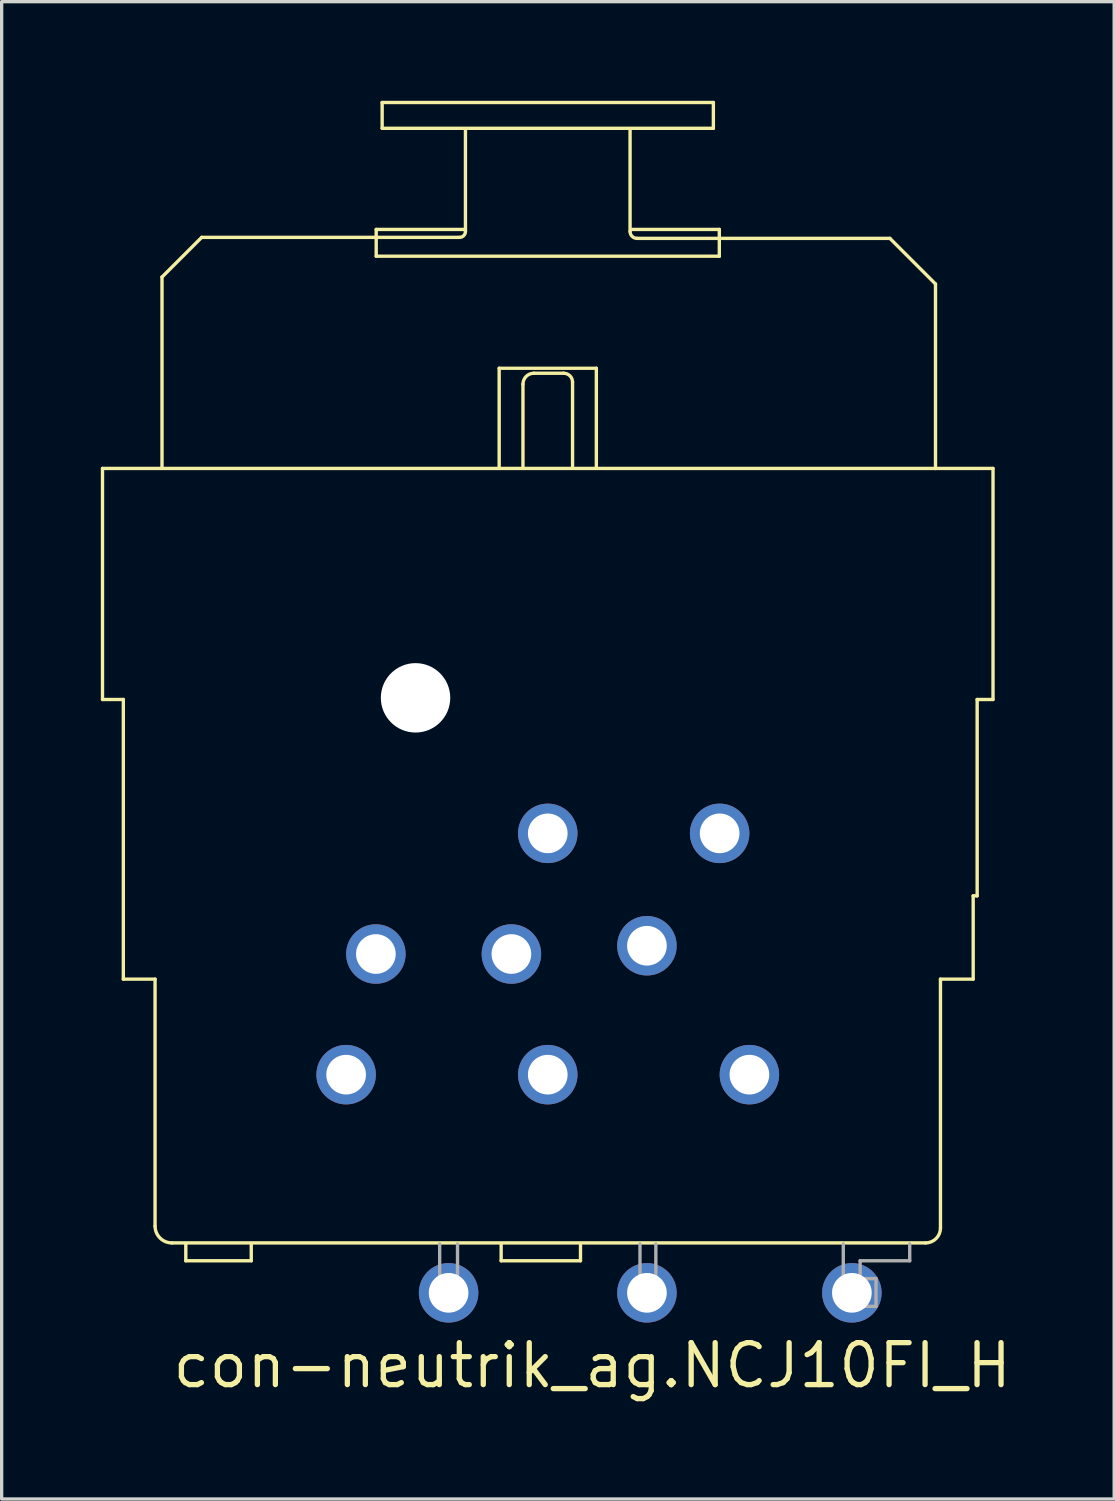
<source format=kicad_pcb>
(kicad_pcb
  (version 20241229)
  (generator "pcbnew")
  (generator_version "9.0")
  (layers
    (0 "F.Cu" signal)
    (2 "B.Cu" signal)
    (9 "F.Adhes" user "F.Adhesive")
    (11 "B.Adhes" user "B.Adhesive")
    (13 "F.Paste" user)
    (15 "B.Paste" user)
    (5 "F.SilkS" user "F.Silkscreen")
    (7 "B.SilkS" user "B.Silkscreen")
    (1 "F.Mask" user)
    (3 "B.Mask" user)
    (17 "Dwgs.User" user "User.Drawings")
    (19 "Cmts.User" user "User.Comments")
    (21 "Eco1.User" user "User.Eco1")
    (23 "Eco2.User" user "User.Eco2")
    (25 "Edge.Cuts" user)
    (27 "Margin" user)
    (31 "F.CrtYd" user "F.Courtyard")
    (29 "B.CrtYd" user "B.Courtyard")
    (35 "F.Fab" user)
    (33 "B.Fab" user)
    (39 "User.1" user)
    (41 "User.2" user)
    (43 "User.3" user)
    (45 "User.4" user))
  (footprint "con-neutrik_ag.NCJ10FI_H"
    (layer "F.Cu")
    (at 13.521 11.061)
    (property "Reference" "con-neutrik_ag.NCJ10FI_H" (at -11.43 27.94 0) (layer "F.SilkS") (effects (font (size 1.27 1.27) (thickness 0.16)) (justify left bottom)))
    (attr through_hole)
    (fp_line (start -13.47 0.06) (end -13.47 7.05) (stroke (width 0.102) (type default)) (layer "F.SilkS"))
    (fp_line (start -13.47 7.05) (end -12.84 7.05) (stroke (width 0.102) (type default)) (layer "F.SilkS"))
    (fp_line (start -12.84 7.05) (end -12.84 15.51) (stroke (width 0.102) (type default)) (layer "F.SilkS"))
    (fp_line (start -12.84 15.51) (end -11.88 15.51) (stroke (width 0.102) (type default)) (layer "F.SilkS"))
    (fp_line (start -11.88 15.51) (end -11.88 22.98) (stroke (width 0.102) (type default)) (layer "F.SilkS"))
    (fp_line (start -11.67 -5.73) (end -11.67 0.06) (stroke (width 0.102) (type default)) (layer "F.SilkS"))
    (fp_line (start -11.67 0.06) (end -13.47 0.06) (stroke (width 0.102) (type default)) (layer "F.SilkS"))
    (fp_line (start -11.37 23.49) (end 11.43 23.49) (stroke (width 0.102) (type default)) (layer "F.SilkS"))
    (fp_line (start -10.95 24.03) (end -10.95 23.52) (stroke (width 0.102) (type default)) (layer "F.SilkS"))
    (fp_line (start -10.47 -6.93) (end -11.67 -5.73) (stroke (width 0.102) (type default)) (layer "F.SilkS"))
    (fp_line (start -8.97 23.55) (end -8.97 24.03) (stroke (width 0.102) (type default)) (layer "F.SilkS"))
    (fp_line (start -8.97 24.03) (end -10.95 24.03) (stroke (width 0.102) (type default)) (layer "F.SilkS"))
    (fp_line (start -5.19 -7.17) (end -2.52 -7.17) (stroke (width 0.102) (type default)) (layer "F.SilkS"))
    (fp_line (start -5.19 -6.93) (end -10.47 -6.93) (stroke (width 0.102) (type default)) (layer "F.SilkS"))
    (fp_line (start -5.19 -6.93) (end -5.19 -7.17) (stroke (width 0.102) (type default)) (layer "F.SilkS"))
    (fp_line (start -5.19 -6.9) (end -5.19 -6.36) (stroke (width 0.102) (type default)) (layer "F.SilkS"))
    (fp_line (start -5.19 -6.36) (end 5.19 -6.36) (stroke (width 0.102) (type default)) (layer "F.SilkS"))
    (fp_line (start -5.01 -11.01) (end 5.01 -11.01) (stroke (width 0.102) (type default)) (layer "F.SilkS"))
    (fp_line (start -5.01 -10.23) (end -5.01 -11.01) (stroke (width 0.102) (type default)) (layer "F.SilkS"))
    (fp_line (start -2.67 -6.93) (end -5.19 -6.93) (stroke (width 0.102) (type default)) (layer "F.SilkS"))
    (fp_line (start -2.49 -10.17) (end -2.49 -7.11) (stroke (width 0.102) (type default)) (layer "F.SilkS"))
    (fp_line (start -1.47 -2.97) (end -1.47 0.03) (stroke (width 0.102) (type default)) (layer "F.SilkS"))
    (fp_line (start -1.41 24.03) (end -1.41 23.52) (stroke (width 0.102) (type default)) (layer "F.SilkS"))
    (fp_line (start -0.75 -2.49) (end -0.75 0) (stroke (width 0.102) (type default)) (layer "F.SilkS"))
    (fp_line (start 0.48 -2.82) (end -0.42 -2.82) (stroke (width 0.102) (type default)) (layer "F.SilkS"))
    (fp_line (start 0.75 0) (end 0.75 -2.55) (stroke (width 0.102) (type default)) (layer "F.SilkS"))
    (fp_line (start 0.99 23.55) (end 0.99 24.03) (stroke (width 0.102) (type default)) (layer "F.SilkS"))
    (fp_line (start 0.99 24.03) (end -1.41 24.03) (stroke (width 0.102) (type default)) (layer "F.SilkS"))
    (fp_line (start 1.47 -2.97) (end -1.47 -2.97) (stroke (width 0.102) (type default)) (layer "F.SilkS"))
    (fp_line (start 1.47 0.03) (end 1.47 -2.97) (stroke (width 0.102) (type default)) (layer "F.SilkS"))
    (fp_line (start 2.49 -7.11) (end 2.49 -10.17) (stroke (width 0.102) (type default)) (layer "F.SilkS"))
    (fp_line (start 5.01 -11.01) (end 5.01 -10.23) (stroke (width 0.102) (type default)) (layer "F.SilkS"))
    (fp_line (start 5.01 -10.23) (end -5.01 -10.23) (stroke (width 0.102) (type default)) (layer "F.SilkS"))
    (fp_line (start 5.19 -7.17) (end 2.55 -7.17) (stroke (width 0.102) (type default)) (layer "F.SilkS"))
    (fp_line (start 5.19 -6.9) (end 2.7 -6.9) (stroke (width 0.102) (type default)) (layer "F.SilkS"))
    (fp_line (start 5.19 -6.9) (end 5.19 -7.17) (stroke (width 0.102) (type default)) (layer "F.SilkS"))
    (fp_line (start 5.19 -6.36) (end 5.19 -6.87) (stroke (width 0.102) (type default)) (layer "F.SilkS"))
    (fp_line (start 10.35 -6.9) (end 5.19 -6.9) (stroke (width 0.102) (type default)) (layer "F.SilkS"))
    (fp_line (start 11.73 -5.52) (end 10.35 -6.9) (stroke (width 0.102) (type default)) (layer "F.SilkS"))
    (fp_line (start 11.73 0.06) (end -11.64 0.06) (stroke (width 0.102) (type default)) (layer "F.SilkS"))
    (fp_line (start 11.73 0.06) (end 11.73 -5.52) (stroke (width 0.102) (type default)) (layer "F.SilkS"))
    (fp_line (start 11.88 15.51) (end 12.87 15.51) (stroke (width 0.102) (type default)) (layer "F.SilkS"))
    (fp_line (start 11.88 23.04) (end 11.88 15.51) (stroke (width 0.102) (type default)) (layer "F.SilkS"))
    (fp_line (start 12.87 12.99) (end 12.99 12.99) (stroke (width 0.102) (type default)) (layer "F.SilkS"))
    (fp_line (start 12.87 15.51) (end 12.87 12.99) (stroke (width 0.102) (type default)) (layer "F.SilkS"))
    (fp_line (start 12.99 7.05) (end 13.47 7.05) (stroke (width 0.102) (type default)) (layer "F.SilkS"))
    (fp_line (start 12.99 12.99) (end 12.99 7.05) (stroke (width 0.102) (type default)) (layer "F.SilkS"))
    (fp_line (start 13.47 0.06) (end 11.73 0.06) (stroke (width 0.102) (type default)) (layer "F.SilkS"))
    (fp_line (start 13.47 7.05) (end 13.47 0.06) (stroke (width 0.102) (type default)) (layer "F.SilkS"))
    (fp_arc (start -11.37 23.49) (mid -11.730624 23.340624) (end -11.88 22.98) (stroke (width 0.1016) (type default)) (layer "F.SilkS"))
    (fp_arc (start -2.49 -7.11) (mid -2.542721 -6.982721) (end -2.67 -6.93) (stroke (width 0.1016) (type default)) (layer "F.SilkS"))
    (fp_arc (start -0.75 -2.49) (mid -0.653345 -2.723345) (end -0.42 -2.82) (stroke (width 0.1016) (type default)) (layer "F.SilkS"))
    (fp_arc (start 0.48 -2.82) (mid 0.670919 -2.740919) (end 0.75 -2.55) (stroke (width 0.1016) (type default)) (layer "F.SilkS"))
    (fp_arc (start 2.7 -6.9) (mid 2.551508 -6.961508) (end 2.49 -7.11) (stroke (width 0.1016) (type default)) (layer "F.SilkS"))
    (fp_arc (start 11.88 23.04) (mid 11.748198 23.358198) (end 11.43 23.49) (stroke (width 0.1016) (type default)) (layer "F.SilkS"))
    (fp_line (start -3.27 25.41) (end -3.27 23.52) (stroke (width 0.102) (type default)) (layer "F.Fab"))
    (fp_line (start -2.73 23.52) (end -2.73 25.41) (stroke (width 0.102) (type default)) (layer "F.Fab"))
    (fp_line (start -2.73 25.41) (end -3.27 25.41) (stroke (width 0.102) (type default)) (layer "F.Fab"))
    (fp_line (start 2.79 25.41) (end 2.79 23.52) (stroke (width 0.102) (type default)) (layer "F.Fab"))
    (fp_line (start 3.27 23.52) (end 3.27 25.41) (stroke (width 0.102) (type default)) (layer "F.Fab"))
    (fp_line (start 3.27 25.41) (end 2.79 25.41) (stroke (width 0.102) (type default)) (layer "F.Fab"))
    (fp_line (start 8.94 23.52) (end 8.94 25.41) (stroke (width 0.102) (type default)) (layer "F.Fab"))
    (fp_line (start 8.94 25.41) (end 9.93 25.41) (stroke (width 0.102) (type default)) (layer "F.Fab"))
    (fp_line (start 9.45 24.03) (end 10.95 24.03) (stroke (width 0.102) (type default)) (layer "F.Fab"))
    (fp_line (start 9.45 24.57) (end 9.45 24.03) (stroke (width 0.102) (type default)) (layer "F.Fab"))
    (fp_line (start 9.93 24.57) (end 9.45 24.57) (stroke (width 0.102) (type default)) (layer "F.Fab"))
    (fp_line (start 9.93 25.41) (end 9.93 24.57) (stroke (width 0.102) (type default)) (layer "F.Fab"))
    (fp_line (start 10.95 24.03) (end 10.95 23.52) (stroke (width 0.102) (type default)) (layer "F.Fab"))
    (pad "" np_thru_hole circle (at -4 7) (size 2.1 2.1) (drill 2.1) (layers "*.Cu" "*.Mask"))
    (pad "1" thru_hole circle (at -6.1 18.4) (size 1.8 1.8) (drill 1.2) (layers "*.Cu" "*.Mask"))
    (pad "2" thru_hole circle (at 6.1 18.4) (size 1.8 1.8) (drill 1.2) (layers "*.Cu" "*.Mask"))
    (pad "3" thru_hole circle (at 0 18.4) (size 1.8 1.8) (drill 1.2) (layers "*.Cu" "*.Mask"))
    (pad "G" thru_hole circle (at 0 11.1) (size 1.8 1.8) (drill 1.2) (layers "*.Cu" "*.Mask"))
    (pad "GN" thru_hole circle (at -1.1 14.75) (size 1.8 1.8) (drill 1.2) (layers "*.Cu" "*.Mask"))
    (pad "R" thru_hole circle (at -5.2 14.75) (size 1.8 1.8) (drill 1.2) (layers "*.Cu" "*.Mask"))
    (pad "RS" thru_hole circle (at -3 25) (size 1.8 1.8) (drill 1.2) (layers "*.Cu" "*.Mask"))
    (pad "S" thru_hole circle (at 5.2 11.1) (size 1.8 1.8) (drill 1.2) (layers "*.Cu" "*.Mask"))
    (pad "SS" thru_hole circle (at 3 14.5) (size 1.8 1.8) (drill 1.2) (layers "*.Cu" "*.Mask"))
    (pad "T" thru_hole circle (at 9.2 25) (size 1.8 1.8) (drill 1.2) (layers "*.Cu" "*.Mask"))
    (pad "TS" thru_hole circle (at 3 25) (size 1.8 1.8) (drill 1.2) (layers "*.Cu" "*.Mask")))
  (gr_rect
    (start -3 -3)
    (end 30.656 42.298)
    (stroke (width 0.1) (type default))
    (fill no)
    (layer "Edge.Cuts")))
</source>
